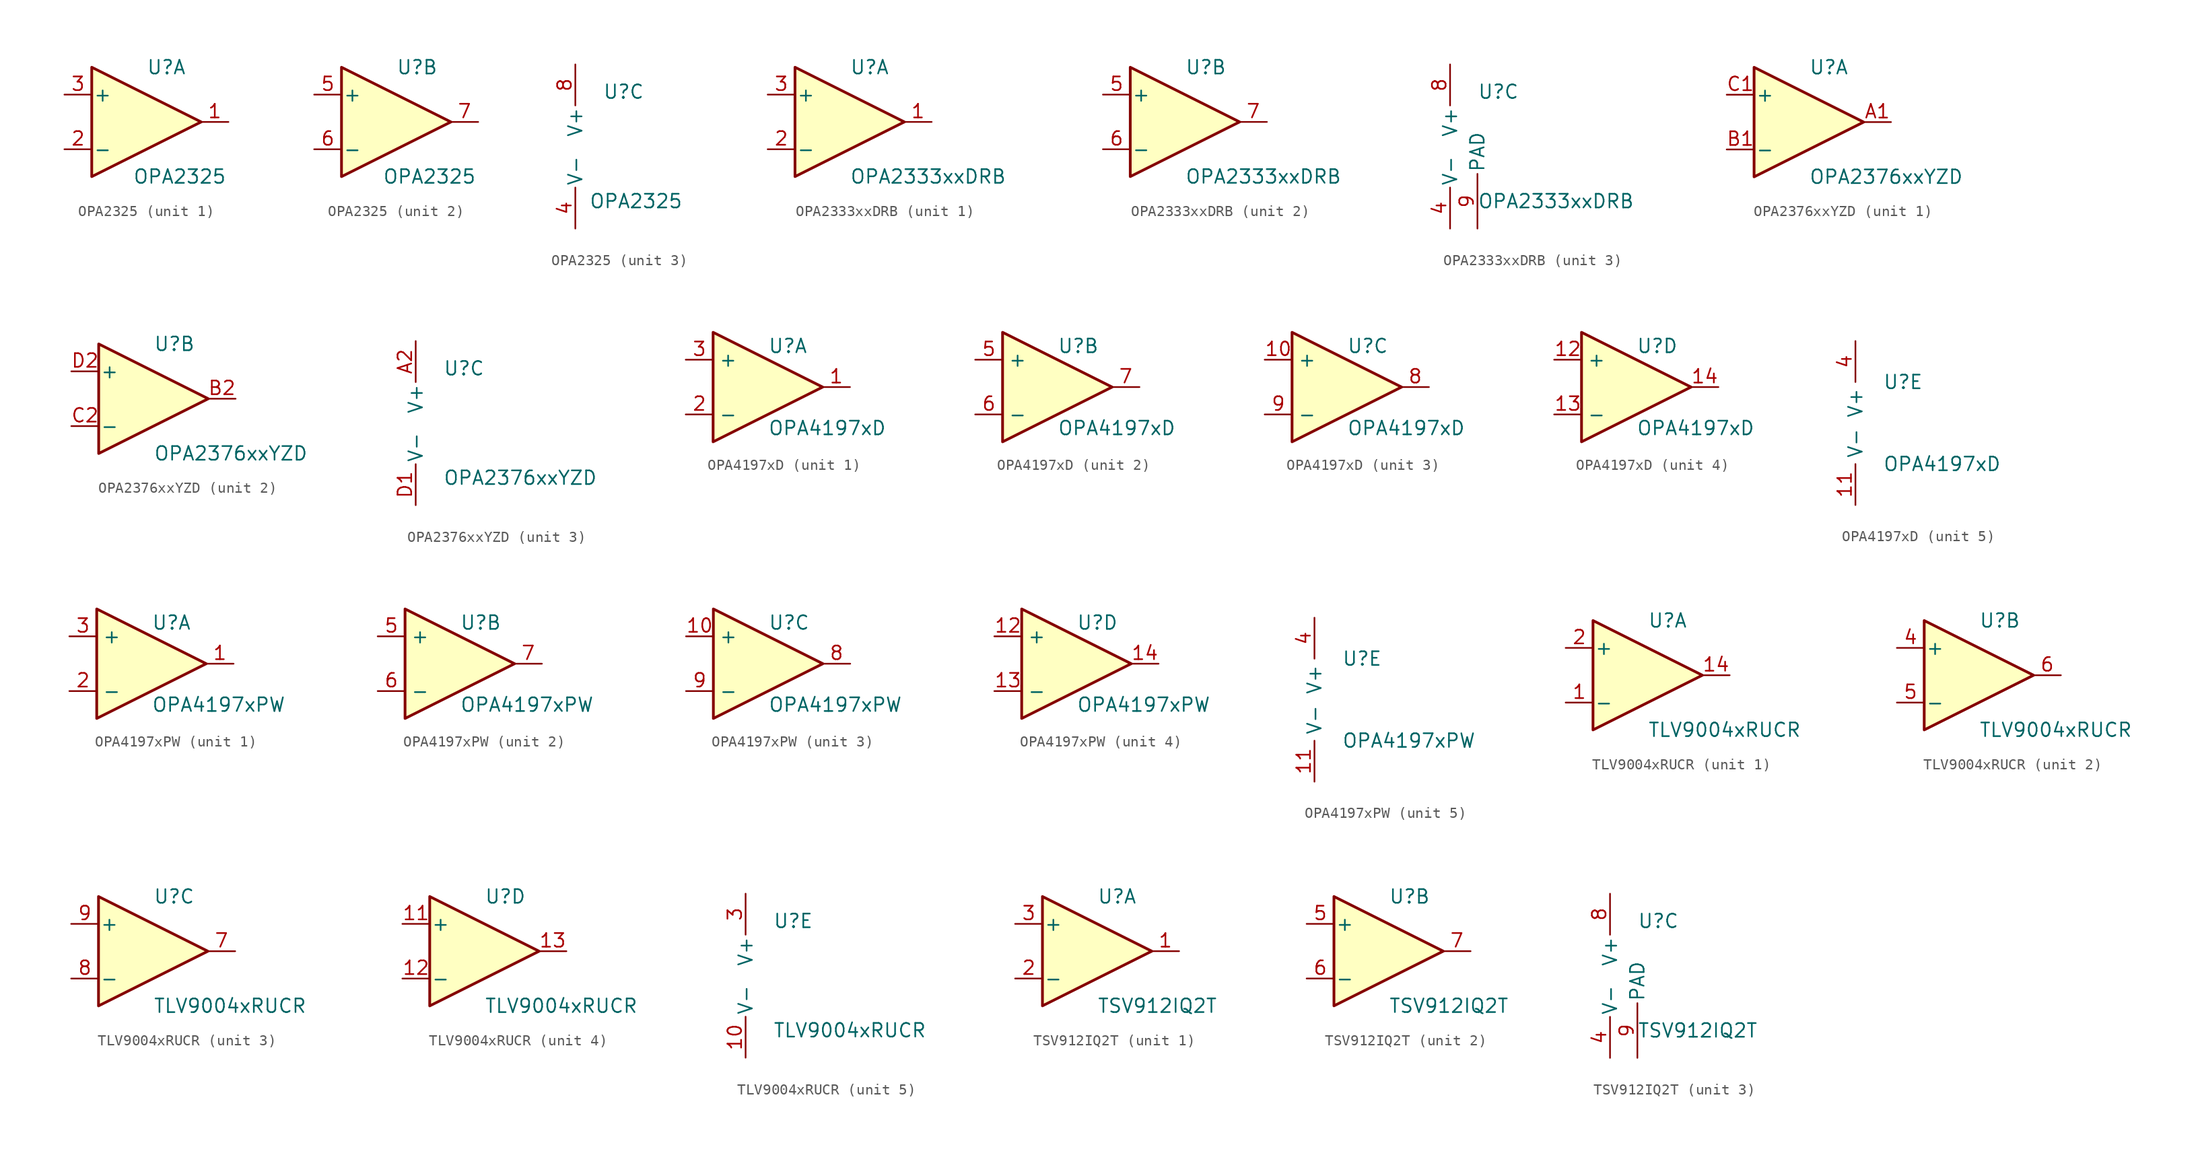
<source format=kicad_sym>
(kicad_symbol_lib
  (version 20220914)
  (generator kicad_symbol_editor)
  (symbol "OPA2325"
    (pin_names
      (offset 0.127))
    (property "Reference" "U"
      (at 0 5.08 0)
      (effects (font (size 1.27 1.27)) (justify left)))
    (property "Value" "OPA2325"
      (at -1.27 -5.08 0)
      (effects (font (size 1.27 1.27)) (justify left)))
    (property "ki_locked" ""
      (at 0 0 0)
      (effects (font (size 1.27 1.27))))
    (symbol "OPA2325_1_1"
      (polyline (pts (xy -5.08 5.08) (xy 5.08 0) (xy -5.08 -5.08) (xy -5.08 5.08)) (stroke (width 0.254) (type default)) (fill (type background)))
      (pin output line (at 7.62 0 180) (length 2.54) (name "~" (effects (font (size 1.27 1.27)))) (number "1" (effects (font (size 1.27 1.27)))))
      (pin input line (at -7.62 -2.54 0) (length 2.54) (name "-" (effects (font (size 1.27 1.27)))) (number "2" (effects (font (size 1.27 1.27)))))
      (pin input line (at -7.62 2.54 0) (length 2.54) (name "+" (effects (font (size 1.27 1.27)))) (number "3" (effects (font (size 1.27 1.27))))))
    (symbol "OPA2325_2_1"
      (polyline (pts (xy -5.08 5.08) (xy 5.08 0) (xy -5.08 -5.08) (xy -5.08 5.08)) (stroke (width 0.254) (type default)) (fill (type background)))
      (pin input line (at -7.62 2.54 0) (length 2.54) (name "+" (effects (font (size 1.27 1.27)))) (number "5" (effects (font (size 1.27 1.27)))))
      (pin input line (at -7.62 -2.54 0) (length 2.54) (name "-" (effects (font (size 1.27 1.27)))) (number "6" (effects (font (size 1.27 1.27)))))
      (pin output line (at 7.62 0 180) (length 2.54) (name "~" (effects (font (size 1.27 1.27)))) (number "7" (effects (font (size 1.27 1.27))))))
    (symbol "OPA2325_3_1"
      (pin power_in line (at -2.54 -7.62 90) (length 3.81) (name "V-" (effects (font (size 1.27 1.27)))) (number "4" (effects (font (size 1.27 1.27)))))
      (pin power_in line (at -2.54 7.62 270) (length 3.81) (name "V+" (effects (font (size 1.27 1.27)))) (number "8" (effects (font (size 1.27 1.27)))))))
  (symbol "OPA2333xxDRB"
    (pin_names
      (offset 0.127))
    (property "Reference" "U"
      (at 0 5.08 0)
      (effects (font (size 1.27 1.27)) (justify left)))
    (property "Value" "OPA2333xxDRB"
      (at 0 -5.08 0)
      (effects (font (size 1.27 1.27)) (justify left)))
    (property "ki_locked" ""
      (at 0 0 0)
      (effects (font (size 1.27 1.27))))
    (symbol "OPA2333xxDRB_1_1"
      (polyline (pts (xy -5.08 5.08) (xy 5.08 0) (xy -5.08 -5.08) (xy -5.08 5.08)) (stroke (width 0.254) (type default)) (fill (type background)))
      (pin output line (at 7.62 0 180) (length 2.54) (name "~" (effects (font (size 1.27 1.27)))) (number "1" (effects (font (size 1.27 1.27)))))
      (pin input line (at -7.62 -2.54 0) (length 2.54) (name "-" (effects (font (size 1.27 1.27)))) (number "2" (effects (font (size 1.27 1.27)))))
      (pin input line (at -7.62 2.54 0) (length 2.54) (name "+" (effects (font (size 1.27 1.27)))) (number "3" (effects (font (size 1.27 1.27))))))
    (symbol "OPA2333xxDRB_2_1"
      (polyline (pts (xy -5.08 5.08) (xy 5.08 0) (xy -5.08 -5.08) (xy -5.08 5.08)) (stroke (width 0.254) (type default)) (fill (type background)))
      (pin input line (at -7.62 2.54 0) (length 2.54) (name "+" (effects (font (size 1.27 1.27)))) (number "5" (effects (font (size 1.27 1.27)))))
      (pin input line (at -7.62 -2.54 0) (length 2.54) (name "-" (effects (font (size 1.27 1.27)))) (number "6" (effects (font (size 1.27 1.27)))))
      (pin output line (at 7.62 0 180) (length 2.54) (name "~" (effects (font (size 1.27 1.27)))) (number "7" (effects (font (size 1.27 1.27))))))
    (symbol "OPA2333xxDRB_3_1"
      (pin power_in line (at -2.54 -7.62 90) (length 3.81) (name "V-" (effects (font (size 1.27 1.27)))) (number "4" (effects (font (size 1.27 1.27)))))
      (pin power_in line (at -2.54 7.62 270) (length 3.81) (name "V+" (effects (font (size 1.27 1.27)))) (number "8" (effects (font (size 1.27 1.27)))))
      (pin power_in line (at 0 -7.62 90) (length 5.08) (name "PAD" (effects (font (size 1.27 1.27)))) (number "9" (effects (font (size 1.27 1.27)))))))
  (symbol "OPA2376xxYZD"
    (pin_names
      (offset 0.127))
    (property "Reference" "U"
      (at 0 5.08 0)
      (effects (font (size 1.27 1.27)) (justify left)))
    (property "Value" "OPA2376xxYZD"
      (at 0 -5.08 0)
      (effects (font (size 1.27 1.27)) (justify left)))
    (property "ki_locked" ""
      (at 0 0 0)
      (effects (font (size 1.27 1.27))))
    (symbol "OPA2376xxYZD_1_1"
      (polyline (pts (xy -5.08 5.08) (xy 5.08 0) (xy -5.08 -5.08) (xy -5.08 5.08)) (stroke (width 0.254) (type default)) (fill (type background)))
      (pin output line (at 7.62 0 180) (length 2.54) (name "~" (effects (font (size 1.27 1.27)))) (number "A1" (effects (font (size 1.27 1.27)))))
      (pin input line (at -7.62 -2.54 0) (length 2.54) (name "-" (effects (font (size 1.27 1.27)))) (number "B1" (effects (font (size 1.27 1.27)))))
      (pin input line (at -7.62 2.54 0) (length 2.54) (name "+" (effects (font (size 1.27 1.27)))) (number "C1" (effects (font (size 1.27 1.27))))))
    (symbol "OPA2376xxYZD_2_1"
      (polyline (pts (xy -5.08 5.08) (xy 5.08 0) (xy -5.08 -5.08) (xy -5.08 5.08)) (stroke (width 0.254) (type default)) (fill (type background)))
      (pin output line (at 7.62 0 180) (length 2.54) (name "~" (effects (font (size 1.27 1.27)))) (number "B2" (effects (font (size 1.27 1.27)))))
      (pin input line (at -7.62 -2.54 0) (length 2.54) (name "-" (effects (font (size 1.27 1.27)))) (number "C2" (effects (font (size 1.27 1.27)))))
      (pin input line (at -7.62 2.54 0) (length 2.54) (name "+" (effects (font (size 1.27 1.27)))) (number "D2" (effects (font (size 1.27 1.27))))))
    (symbol "OPA2376xxYZD_3_1"
      (pin power_in line (at -2.54 7.62 270) (length 3.81) (name "V+" (effects (font (size 1.27 1.27)))) (number "A2" (effects (font (size 1.27 1.27)))))
      (pin power_in line (at -2.54 -7.62 90) (length 3.81) (name "V-" (effects (font (size 1.27 1.27)))) (number "D1" (effects (font (size 1.27 1.27)))))))
  (symbol "OPA4197xD"
    (property "Reference" "U"
      (at 0 3.81 0)
      (effects (font (size 1.27 1.27)) (justify left)))
    (property "Value" "OPA4197xD"
      (at 0 -3.81 0)
      (effects (font (size 1.27 1.27)) (justify left)))
    (property "ki_locked" ""
      (at 0 0 0)
      (effects (font (size 1.27 1.27))))
    (symbol "OPA4197xD_1_1"
      (polyline (pts (xy -5.08 5.08) (xy 5.08 0) (xy -5.08 -5.08) (xy -5.08 5.08)) (stroke (width 0.254) (type default)) (fill (type background)))
      (pin output line (at 7.62 0 180) (length 2.54) (name "~" (effects (font (size 1.27 1.27)))) (number "1" (effects (font (size 1.27 1.27)))))
      (pin input line (at -7.62 -2.54 0) (length 2.54) (name "-" (effects (font (size 1.27 1.27)))) (number "2" (effects (font (size 1.27 1.27)))))
      (pin input line (at -7.62 2.54 0) (length 2.54) (name "+" (effects (font (size 1.27 1.27)))) (number "3" (effects (font (size 1.27 1.27))))))
    (symbol "OPA4197xD_2_1"
      (polyline (pts (xy -5.08 5.08) (xy 5.08 0) (xy -5.08 -5.08) (xy -5.08 5.08)) (stroke (width 0.254) (type default)) (fill (type background)))
      (pin input line (at -7.62 2.54 0) (length 2.54) (name "+" (effects (font (size 1.27 1.27)))) (number "5" (effects (font (size 1.27 1.27)))))
      (pin input line (at -7.62 -2.54 0) (length 2.54) (name "-" (effects (font (size 1.27 1.27)))) (number "6" (effects (font (size 1.27 1.27)))))
      (pin output line (at 7.62 0 180) (length 2.54) (name "~" (effects (font (size 1.27 1.27)))) (number "7" (effects (font (size 1.27 1.27))))))
    (symbol "OPA4197xD_3_1"
      (polyline (pts (xy -5.08 5.08) (xy 5.08 0) (xy -5.08 -5.08) (xy -5.08 5.08)) (stroke (width 0.254) (type default)) (fill (type background)))
      (pin input line (at -7.62 2.54 0) (length 2.54) (name "+" (effects (font (size 1.27 1.27)))) (number "10" (effects (font (size 1.27 1.27)))))
      (pin output line (at 7.62 0 180) (length 2.54) (name "~" (effects (font (size 1.27 1.27)))) (number "8" (effects (font (size 1.27 1.27)))))
      (pin input line (at -7.62 -2.54 0) (length 2.54) (name "-" (effects (font (size 1.27 1.27)))) (number "9" (effects (font (size 1.27 1.27))))))
    (symbol "OPA4197xD_4_1"
      (polyline (pts (xy -5.08 5.08) (xy 5.08 0) (xy -5.08 -5.08) (xy -5.08 5.08)) (stroke (width 0.254) (type default)) (fill (type background)))
      (pin input line (at -7.62 2.54 0) (length 2.54) (name "+" (effects (font (size 1.27 1.27)))) (number "12" (effects (font (size 1.27 1.27)))))
      (pin input line (at -7.62 -2.54 0) (length 2.54) (name "-" (effects (font (size 1.27 1.27)))) (number "13" (effects (font (size 1.27 1.27)))))
      (pin output line (at 7.62 0 180) (length 2.54) (name "~" (effects (font (size 1.27 1.27)))) (number "14" (effects (font (size 1.27 1.27))))))
    (symbol "OPA4197xD_5_1"
      (pin power_in line (at -2.54 -7.62 90) (length 3.81) (name "V-" (effects (font (size 1.27 1.27)))) (number "11" (effects (font (size 1.27 1.27)))))
      (pin power_in line (at -2.54 7.62 270) (length 3.81) (name "V+" (effects (font (size 1.27 1.27)))) (number "4" (effects (font (size 1.27 1.27)))))))
  (symbol "OPA4197xPW"
    (property "Reference" "U"
      (at 0 3.81 0)
      (effects (font (size 1.27 1.27)) (justify left)))
    (property "Value" "OPA4197xPW"
      (at 0 -3.81 0)
      (effects (font (size 1.27 1.27)) (justify left)))
    (property "ki_locked" ""
      (at 0 0 0)
      (effects (font (size 1.27 1.27))))
    (symbol "OPA4197xPW_1_1"
      (polyline (pts (xy -5.08 5.08) (xy 5.08 0) (xy -5.08 -5.08) (xy -5.08 5.08)) (stroke (width 0.254) (type default)) (fill (type background)))
      (pin output line (at 7.62 0 180) (length 2.54) (name "~" (effects (font (size 1.27 1.27)))) (number "1" (effects (font (size 1.27 1.27)))))
      (pin input line (at -7.62 -2.54 0) (length 2.54) (name "-" (effects (font (size 1.27 1.27)))) (number "2" (effects (font (size 1.27 1.27)))))
      (pin input line (at -7.62 2.54 0) (length 2.54) (name "+" (effects (font (size 1.27 1.27)))) (number "3" (effects (font (size 1.27 1.27))))))
    (symbol "OPA4197xPW_2_1"
      (polyline (pts (xy -5.08 5.08) (xy 5.08 0) (xy -5.08 -5.08) (xy -5.08 5.08)) (stroke (width 0.254) (type default)) (fill (type background)))
      (pin input line (at -7.62 2.54 0) (length 2.54) (name "+" (effects (font (size 1.27 1.27)))) (number "5" (effects (font (size 1.27 1.27)))))
      (pin input line (at -7.62 -2.54 0) (length 2.54) (name "-" (effects (font (size 1.27 1.27)))) (number "6" (effects (font (size 1.27 1.27)))))
      (pin output line (at 7.62 0 180) (length 2.54) (name "~" (effects (font (size 1.27 1.27)))) (number "7" (effects (font (size 1.27 1.27))))))
    (symbol "OPA4197xPW_3_1"
      (polyline (pts (xy -5.08 5.08) (xy 5.08 0) (xy -5.08 -5.08) (xy -5.08 5.08)) (stroke (width 0.254) (type default)) (fill (type background)))
      (pin input line (at -7.62 2.54 0) (length 2.54) (name "+" (effects (font (size 1.27 1.27)))) (number "10" (effects (font (size 1.27 1.27)))))
      (pin output line (at 7.62 0 180) (length 2.54) (name "~" (effects (font (size 1.27 1.27)))) (number "8" (effects (font (size 1.27 1.27)))))
      (pin input line (at -7.62 -2.54 0) (length 2.54) (name "-" (effects (font (size 1.27 1.27)))) (number "9" (effects (font (size 1.27 1.27))))))
    (symbol "OPA4197xPW_4_1"
      (polyline (pts (xy -5.08 5.08) (xy 5.08 0) (xy -5.08 -5.08) (xy -5.08 5.08)) (stroke (width 0.254) (type default)) (fill (type background)))
      (pin input line (at -7.62 2.54 0) (length 2.54) (name "+" (effects (font (size 1.27 1.27)))) (number "12" (effects (font (size 1.27 1.27)))))
      (pin input line (at -7.62 -2.54 0) (length 2.54) (name "-" (effects (font (size 1.27 1.27)))) (number "13" (effects (font (size 1.27 1.27)))))
      (pin output line (at 7.62 0 180) (length 2.54) (name "~" (effects (font (size 1.27 1.27)))) (number "14" (effects (font (size 1.27 1.27))))))
    (symbol "OPA4197xPW_5_1"
      (pin power_in line (at -2.54 -7.62 90) (length 3.81) (name "V-" (effects (font (size 1.27 1.27)))) (number "11" (effects (font (size 1.27 1.27)))))
      (pin power_in line (at -2.54 7.62 270) (length 3.81) (name "V+" (effects (font (size 1.27 1.27)))) (number "4" (effects (font (size 1.27 1.27)))))))
  (symbol "TLV9004xRUCR"
    (pin_names
      (offset 0.127))
    (property "Reference" "U"
      (at 0 5.08 0)
      (effects (font (size 1.27 1.27)) (justify left)))
    (property "Value" "TLV9004xRUCR"
      (at 0 -5.08 0)
      (effects (font (size 1.27 1.27)) (justify left)))
    (property "ki_locked" ""
      (at 0 0 0)
      (effects (font (size 1.27 1.27))))
    (symbol "TLV9004xRUCR_1_1"
      (polyline (pts (xy -5.08 5.08) (xy 5.08 0) (xy -5.08 -5.08) (xy -5.08 5.08)) (stroke (width 0.254) (type default)) (fill (type background)))
      (pin input line (at -7.62 -2.54 0) (length 2.54) (name "-" (effects (font (size 1.27 1.27)))) (number "1" (effects (font (size 1.27 1.27)))))
      (pin output line (at 7.62 0 180) (length 2.54) (name "~" (effects (font (size 1.27 1.27)))) (number "14" (effects (font (size 1.27 1.27)))))
      (pin input line (at -7.62 2.54 0) (length 2.54) (name "+" (effects (font (size 1.27 1.27)))) (number "2" (effects (font (size 1.27 1.27))))))
    (symbol "TLV9004xRUCR_2_1"
      (polyline (pts (xy -5.08 5.08) (xy 5.08 0) (xy -5.08 -5.08) (xy -5.08 5.08)) (stroke (width 0.254) (type default)) (fill (type background)))
      (pin input line (at -7.62 2.54 0) (length 2.54) (name "+" (effects (font (size 1.27 1.27)))) (number "4" (effects (font (size 1.27 1.27)))))
      (pin input line (at -7.62 -2.54 0) (length 2.54) (name "-" (effects (font (size 1.27 1.27)))) (number "5" (effects (font (size 1.27 1.27)))))
      (pin output line (at 7.62 0 180) (length 2.54) (name "~" (effects (font (size 1.27 1.27)))) (number "6" (effects (font (size 1.27 1.27))))))
    (symbol "TLV9004xRUCR_3_1"
      (polyline (pts (xy -5.08 5.08) (xy 5.08 0) (xy -5.08 -5.08) (xy -5.08 5.08)) (stroke (width 0.254) (type default)) (fill (type background)))
      (pin output line (at 7.62 0 180) (length 2.54) (name "~" (effects (font (size 1.27 1.27)))) (number "7" (effects (font (size 1.27 1.27)))))
      (pin input line (at -7.62 -2.54 0) (length 2.54) (name "-" (effects (font (size 1.27 1.27)))) (number "8" (effects (font (size 1.27 1.27)))))
      (pin input line (at -7.62 2.54 0) (length 2.54) (name "+" (effects (font (size 1.27 1.27)))) (number "9" (effects (font (size 1.27 1.27))))))
    (symbol "TLV9004xRUCR_4_1"
      (polyline (pts (xy -5.08 5.08) (xy 5.08 0) (xy -5.08 -5.08) (xy -5.08 5.08)) (stroke (width 0.254) (type default)) (fill (type background)))
      (pin input line (at -7.62 2.54 0) (length 2.54) (name "+" (effects (font (size 1.27 1.27)))) (number "11" (effects (font (size 1.27 1.27)))))
      (pin input line (at -7.62 -2.54 0) (length 2.54) (name "-" (effects (font (size 1.27 1.27)))) (number "12" (effects (font (size 1.27 1.27)))))
      (pin output line (at 7.62 0 180) (length 2.54) (name "~" (effects (font (size 1.27 1.27)))) (number "13" (effects (font (size 1.27 1.27))))))
    (symbol "TLV9004xRUCR_5_1"
      (pin power_in line (at -2.54 -7.62 90) (length 3.81) (name "V-" (effects (font (size 1.27 1.27)))) (number "10" (effects (font (size 1.27 1.27)))))
      (pin power_in line (at -2.54 7.62 270) (length 3.81) (name "V+" (effects (font (size 1.27 1.27)))) (number "3" (effects (font (size 1.27 1.27)))))))
  (symbol "TSV912IQ2T"
    (pin_names
      (offset 0.127))
    (property "Reference" "U"
      (at 0 5.08 0)
      (effects (font (size 1.27 1.27)) (justify left)))
    (property "Value" "TSV912IQ2T"
      (at 0 -5.08 0)
      (effects (font (size 1.27 1.27)) (justify left)))
    (property "ki_locked" ""
      (at 0 0 0)
      (effects (font (size 1.27 1.27))))
    (symbol "TSV912IQ2T_1_1"
      (polyline (pts (xy -5.08 5.08) (xy 5.08 0) (xy -5.08 -5.08) (xy -5.08 5.08)) (stroke (width 0.254) (type default)) (fill (type background)))
      (pin output line (at 7.62 0 180) (length 2.54) (name "~" (effects (font (size 1.27 1.27)))) (number "1" (effects (font (size 1.27 1.27)))))
      (pin input line (at -7.62 -2.54 0) (length 2.54) (name "-" (effects (font (size 1.27 1.27)))) (number "2" (effects (font (size 1.27 1.27)))))
      (pin input line (at -7.62 2.54 0) (length 2.54) (name "+" (effects (font (size 1.27 1.27)))) (number "3" (effects (font (size 1.27 1.27))))))
    (symbol "TSV912IQ2T_2_1"
      (polyline (pts (xy -5.08 5.08) (xy 5.08 0) (xy -5.08 -5.08) (xy -5.08 5.08)) (stroke (width 0.254) (type default)) (fill (type background)))
      (pin input line (at -7.62 2.54 0) (length 2.54) (name "+" (effects (font (size 1.27 1.27)))) (number "5" (effects (font (size 1.27 1.27)))))
      (pin input line (at -7.62 -2.54 0) (length 2.54) (name "-" (effects (font (size 1.27 1.27)))) (number "6" (effects (font (size 1.27 1.27)))))
      (pin output line (at 7.62 0 180) (length 2.54) (name "~" (effects (font (size 1.27 1.27)))) (number "7" (effects (font (size 1.27 1.27))))))
    (symbol "TSV912IQ2T_3_1"
      (pin power_in line (at -2.54 -7.62 90) (length 3.81) (name "V-" (effects (font (size 1.27 1.27)))) (number "4" (effects (font (size 1.27 1.27)))))
      (pin power_in line (at -2.54 7.62 270) (length 3.81) (name "V+" (effects (font (size 1.27 1.27)))) (number "8" (effects (font (size 1.27 1.27)))))
      (pin power_in line (at 0 -7.62 90) (length 5.08) (name "PAD" (effects (font (size 1.27 1.27)))) (number "9" (effects (font (size 1.27 1.27))))))))
</source>
